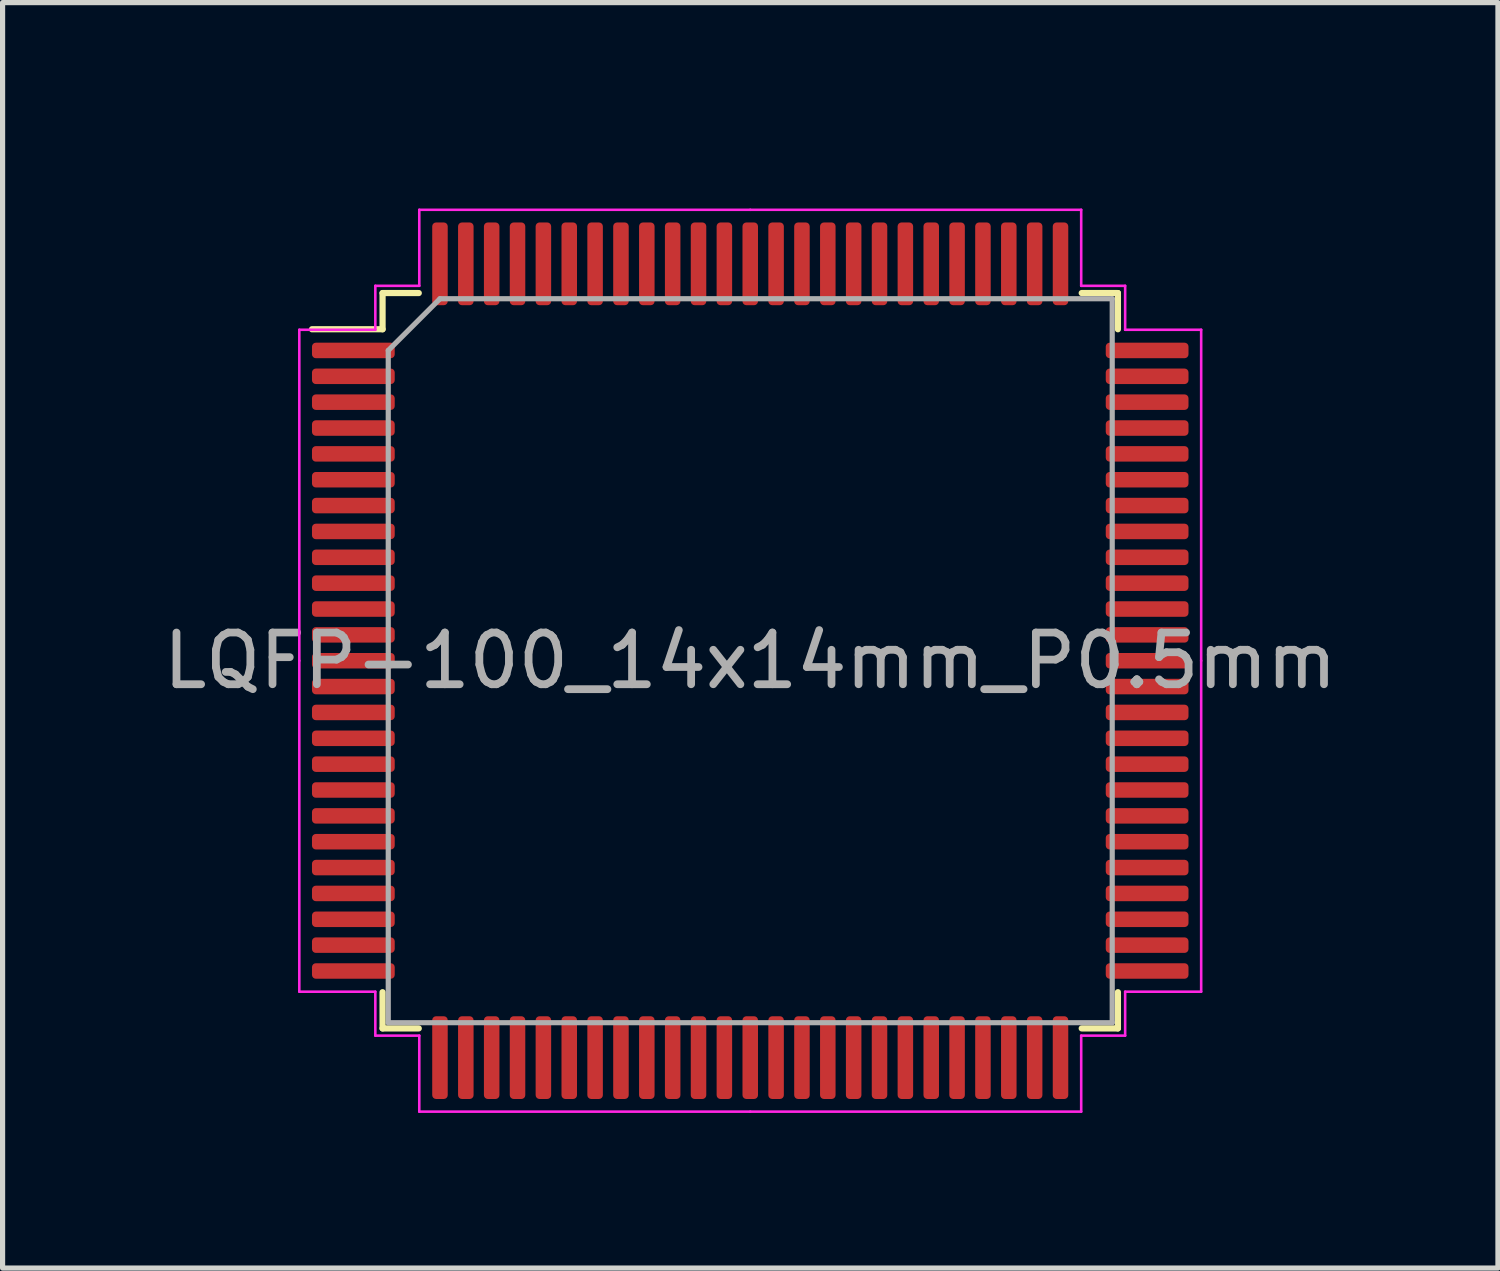
<source format=kicad_pcb>
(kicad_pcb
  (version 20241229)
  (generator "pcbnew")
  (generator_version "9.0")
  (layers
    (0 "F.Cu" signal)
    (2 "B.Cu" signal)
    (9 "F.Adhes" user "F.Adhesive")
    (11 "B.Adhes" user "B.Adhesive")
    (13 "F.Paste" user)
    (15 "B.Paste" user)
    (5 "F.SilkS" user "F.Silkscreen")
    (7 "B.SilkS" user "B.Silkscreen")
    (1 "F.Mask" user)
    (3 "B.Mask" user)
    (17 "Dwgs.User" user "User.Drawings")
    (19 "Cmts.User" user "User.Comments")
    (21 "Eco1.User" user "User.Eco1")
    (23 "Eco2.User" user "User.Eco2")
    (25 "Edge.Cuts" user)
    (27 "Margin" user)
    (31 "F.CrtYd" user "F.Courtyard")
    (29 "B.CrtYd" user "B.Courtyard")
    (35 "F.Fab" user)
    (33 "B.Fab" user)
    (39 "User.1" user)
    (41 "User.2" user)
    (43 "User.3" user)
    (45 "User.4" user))
  (footprint "LQFP-100_14x14mm_P0.5mm"
    (layer "F.Cu")
    (at 11.458 9.727)
    (property "Reference" "LQFP-100_14x14mm_P0.5mm" (at 0 -9.42 180) (layer "Eco2.User") (effects (font (size 0.3 0.3) (thickness 0.075))))
    (attr smd)
    (fp_line (start -7.11 -7.11) (end -7.11 -6.41) (stroke (width 0.12) (type solid)) (layer "F.SilkS"))
    (fp_line (start -7.11 -6.41) (end -8.475 -6.41) (stroke (width 0.12) (type solid)) (layer "F.SilkS"))
    (fp_line (start -7.11 7.11) (end -7.11 6.41) (stroke (width 0.12) (type solid)) (layer "F.SilkS"))
    (fp_line (start -6.41 -7.11) (end -7.11 -7.11) (stroke (width 0.12) (type solid)) (layer "F.SilkS"))
    (fp_line (start -6.41 7.11) (end -7.11 7.11) (stroke (width 0.12) (type solid)) (layer "F.SilkS"))
    (fp_line (start 6.41 -7.11) (end 7.11 -7.11) (stroke (width 0.12) (type solid)) (layer "F.SilkS"))
    (fp_line (start 6.41 7.11) (end 7.11 7.11) (stroke (width 0.12) (type solid)) (layer "F.SilkS"))
    (fp_line (start 7.11 -7.11) (end 7.11 -6.41) (stroke (width 0.12) (type solid)) (layer "F.SilkS"))
    (fp_line (start 7.11 7.11) (end 7.11 6.41) (stroke (width 0.12) (type solid)) (layer "F.SilkS"))
    (fp_line (start -8.72 -6.4) (end -8.72 0) (stroke (width 0.05) (type solid)) (layer "F.CrtYd"))
    (fp_line (start -8.72 6.4) (end -8.72 0) (stroke (width 0.05) (type solid)) (layer "F.CrtYd"))
    (fp_line (start -7.25 -7.25) (end -7.25 -6.4) (stroke (width 0.05) (type solid)) (layer "F.CrtYd"))
    (fp_line (start -7.25 -6.4) (end -8.72 -6.4) (stroke (width 0.05) (type solid)) (layer "F.CrtYd"))
    (fp_line (start -7.25 6.4) (end -8.72 6.4) (stroke (width 0.05) (type solid)) (layer "F.CrtYd"))
    (fp_line (start -7.25 7.25) (end -7.25 6.4) (stroke (width 0.05) (type solid)) (layer "F.CrtYd"))
    (fp_line (start -6.4 -8.72) (end -6.4 -7.25) (stroke (width 0.05) (type solid)) (layer "F.CrtYd"))
    (fp_line (start -6.4 -7.25) (end -7.25 -7.25) (stroke (width 0.05) (type solid)) (layer "F.CrtYd"))
    (fp_line (start -6.4 7.25) (end -7.25 7.25) (stroke (width 0.05) (type solid)) (layer "F.CrtYd"))
    (fp_line (start -6.4 8.72) (end -6.4 7.25) (stroke (width 0.05) (type solid)) (layer "F.CrtYd"))
    (fp_line (start 0 -8.72) (end -6.4 -8.72) (stroke (width 0.05) (type solid)) (layer "F.CrtYd"))
    (fp_line (start 0 -8.72) (end 6.4 -8.72) (stroke (width 0.05) (type solid)) (layer "F.CrtYd"))
    (fp_line (start 0 8.72) (end -6.4 8.72) (stroke (width 0.05) (type solid)) (layer "F.CrtYd"))
    (fp_line (start 0 8.72) (end 6.4 8.72) (stroke (width 0.05) (type solid)) (layer "F.CrtYd"))
    (fp_line (start 6.4 -8.72) (end 6.4 -7.25) (stroke (width 0.05) (type solid)) (layer "F.CrtYd"))
    (fp_line (start 6.4 -7.25) (end 7.25 -7.25) (stroke (width 0.05) (type solid)) (layer "F.CrtYd"))
    (fp_line (start 6.4 7.25) (end 7.25 7.25) (stroke (width 0.05) (type solid)) (layer "F.CrtYd"))
    (fp_line (start 6.4 8.72) (end 6.4 7.25) (stroke (width 0.05) (type solid)) (layer "F.CrtYd"))
    (fp_line (start 7.25 -7.25) (end 7.25 -6.4) (stroke (width 0.05) (type solid)) (layer "F.CrtYd"))
    (fp_line (start 7.25 -6.4) (end 8.72 -6.4) (stroke (width 0.05) (type solid)) (layer "F.CrtYd"))
    (fp_line (start 7.25 6.4) (end 8.72 6.4) (stroke (width 0.05) (type solid)) (layer "F.CrtYd"))
    (fp_line (start 7.25 7.25) (end 7.25 6.4) (stroke (width 0.05) (type solid)) (layer "F.CrtYd"))
    (fp_line (start 8.72 -6.4) (end 8.72 0) (stroke (width 0.05) (type solid)) (layer "F.CrtYd"))
    (fp_line (start 8.72 6.4) (end 8.72 0) (stroke (width 0.05) (type solid)) (layer "F.CrtYd"))
    (fp_line (start -7 -6) (end -6 -7) (stroke (width 0.1) (type solid)) (layer "F.Fab"))
    (fp_line (start -7 7) (end -7 -6) (stroke (width 0.1) (type solid)) (layer "F.Fab"))
    (fp_line (start -6 -7) (end 7 -7) (stroke (width 0.1) (type solid)) (layer "F.Fab"))
    (fp_line (start 7 -7) (end 7 7) (stroke (width 0.1) (type solid)) (layer "F.Fab"))
    (fp_line (start 7 7) (end -7 7) (stroke (width 0.1) (type solid)) (layer "F.Fab"))
    (fp_text user "${REFERENCE}" (at 0 0 180) (layer "F.Fab") (effects (font (size 1 1) (thickness 0.15))))
    (pad "1" smd roundrect (at -7.675 -6) (size 1.6 0.3) (layers "F.Cu" "F.Mask" "F.Paste") (roundrect_rratio 0.25))
    (pad "2" smd roundrect (at -7.675 -5.5) (size 1.6 0.3) (layers "F.Cu" "F.Mask" "F.Paste") (roundrect_rratio 0.25))
    (pad "3" smd roundrect (at -7.675 -5) (size 1.6 0.3) (layers "F.Cu" "F.Mask" "F.Paste") (roundrect_rratio 0.25))
    (pad "4" smd roundrect (at -7.675 -4.5) (size 1.6 0.3) (layers "F.Cu" "F.Mask" "F.Paste") (roundrect_rratio 0.25))
    (pad "5" smd roundrect (at -7.675 -4) (size 1.6 0.3) (layers "F.Cu" "F.Mask" "F.Paste") (roundrect_rratio 0.25))
    (pad "6" smd roundrect (at -7.675 -3.5) (size 1.6 0.3) (layers "F.Cu" "F.Mask" "F.Paste") (roundrect_rratio 0.25))
    (pad "7" smd roundrect (at -7.675 -3) (size 1.6 0.3) (layers "F.Cu" "F.Mask" "F.Paste") (roundrect_rratio 0.25))
    (pad "8" smd roundrect (at -7.675 -2.5) (size 1.6 0.3) (layers "F.Cu" "F.Mask" "F.Paste") (roundrect_rratio 0.25))
    (pad "9" smd roundrect (at -7.675 -2) (size 1.6 0.3) (layers "F.Cu" "F.Mask" "F.Paste") (roundrect_rratio 0.25))
    (pad "10" smd roundrect (at -7.675 -1.5) (size 1.6 0.3) (layers "F.Cu" "F.Mask" "F.Paste") (roundrect_rratio 0.25))
    (pad "11" smd roundrect (at -7.675 -1) (size 1.6 0.3) (layers "F.Cu" "F.Mask" "F.Paste") (roundrect_rratio 0.25))
    (pad "12" smd roundrect (at -7.675 -0.5) (size 1.6 0.3) (layers "F.Cu" "F.Mask" "F.Paste") (roundrect_rratio 0.25))
    (pad "13" smd roundrect (at -7.675 0) (size 1.6 0.3) (layers "F.Cu" "F.Mask" "F.Paste") (roundrect_rratio 0.25))
    (pad "14" smd roundrect (at -7.675 0.5) (size 1.6 0.3) (layers "F.Cu" "F.Mask" "F.Paste") (roundrect_rratio 0.25))
    (pad "15" smd roundrect (at -7.675 1) (size 1.6 0.3) (layers "F.Cu" "F.Mask" "F.Paste") (roundrect_rratio 0.25))
    (pad "16" smd roundrect (at -7.675 1.5) (size 1.6 0.3) (layers "F.Cu" "F.Mask" "F.Paste") (roundrect_rratio 0.25))
    (pad "17" smd roundrect (at -7.675 2) (size 1.6 0.3) (layers "F.Cu" "F.Mask" "F.Paste") (roundrect_rratio 0.25))
    (pad "18" smd roundrect (at -7.675 2.5) (size 1.6 0.3) (layers "F.Cu" "F.Mask" "F.Paste") (roundrect_rratio 0.25))
    (pad "19" smd roundrect (at -7.675 3) (size 1.6 0.3) (layers "F.Cu" "F.Mask" "F.Paste") (roundrect_rratio 0.25))
    (pad "20" smd roundrect (at -7.675 3.5) (size 1.6 0.3) (layers "F.Cu" "F.Mask" "F.Paste") (roundrect_rratio 0.25))
    (pad "21" smd roundrect (at -7.675 4) (size 1.6 0.3) (layers "F.Cu" "F.Mask" "F.Paste") (roundrect_rratio 0.25))
    (pad "22" smd roundrect (at -7.675 4.5) (size 1.6 0.3) (layers "F.Cu" "F.Mask" "F.Paste") (roundrect_rratio 0.25))
    (pad "23" smd roundrect (at -7.675 5) (size 1.6 0.3) (layers "F.Cu" "F.Mask" "F.Paste") (roundrect_rratio 0.25))
    (pad "24" smd roundrect (at -7.675 5.5) (size 1.6 0.3) (layers "F.Cu" "F.Mask" "F.Paste") (roundrect_rratio 0.25))
    (pad "25" smd roundrect (at -7.675 6) (size 1.6 0.3) (layers "F.Cu" "F.Mask" "F.Paste") (roundrect_rratio 0.25))
    (pad "26" smd roundrect (at -6 7.675) (size 0.3 1.6) (layers "F.Cu" "F.Mask" "F.Paste") (roundrect_rratio 0.25))
    (pad "27" smd roundrect (at -5.5 7.675) (size 0.3 1.6) (layers "F.Cu" "F.Mask" "F.Paste") (roundrect_rratio 0.25))
    (pad "28" smd roundrect (at -5 7.675) (size 0.3 1.6) (layers "F.Cu" "F.Mask" "F.Paste") (roundrect_rratio 0.25))
    (pad "29" smd roundrect (at -4.5 7.675) (size 0.3 1.6) (layers "F.Cu" "F.Mask" "F.Paste") (roundrect_rratio 0.25))
    (pad "30" smd roundrect (at -4 7.675) (size 0.3 1.6) (layers "F.Cu" "F.Mask" "F.Paste") (roundrect_rratio 0.25))
    (pad "31" smd roundrect (at -3.5 7.675) (size 0.3 1.6) (layers "F.Cu" "F.Mask" "F.Paste") (roundrect_rratio 0.25))
    (pad "32" smd roundrect (at -3 7.675) (size 0.3 1.6) (layers "F.Cu" "F.Mask" "F.Paste") (roundrect_rratio 0.25))
    (pad "33" smd roundrect (at -2.5 7.675) (size 0.3 1.6) (layers "F.Cu" "F.Mask" "F.Paste") (roundrect_rratio 0.25))
    (pad "34" smd roundrect (at -2 7.675) (size 0.3 1.6) (layers "F.Cu" "F.Mask" "F.Paste") (roundrect_rratio 0.25))
    (pad "35" smd roundrect (at -1.5 7.675) (size 0.3 1.6) (layers "F.Cu" "F.Mask" "F.Paste") (roundrect_rratio 0.25))
    (pad "36" smd roundrect (at -1 7.675) (size 0.3 1.6) (layers "F.Cu" "F.Mask" "F.Paste") (roundrect_rratio 0.25))
    (pad "37" smd roundrect (at -0.5 7.675) (size 0.3 1.6) (layers "F.Cu" "F.Mask" "F.Paste") (roundrect_rratio 0.25))
    (pad "38" smd roundrect (at 0 7.675) (size 0.3 1.6) (layers "F.Cu" "F.Mask" "F.Paste") (roundrect_rratio 0.25))
    (pad "39" smd roundrect (at 0.5 7.675) (size 0.3 1.6) (layers "F.Cu" "F.Mask" "F.Paste") (roundrect_rratio 0.25))
    (pad "40" smd roundrect (at 1 7.675) (size 0.3 1.6) (layers "F.Cu" "F.Mask" "F.Paste") (roundrect_rratio 0.25))
    (pad "41" smd roundrect (at 1.5 7.675) (size 0.3 1.6) (layers "F.Cu" "F.Mask" "F.Paste") (roundrect_rratio 0.25))
    (pad "42" smd roundrect (at 2 7.675) (size 0.3 1.6) (layers "F.Cu" "F.Mask" "F.Paste") (roundrect_rratio 0.25))
    (pad "43" smd roundrect (at 2.5 7.675) (size 0.3 1.6) (layers "F.Cu" "F.Mask" "F.Paste") (roundrect_rratio 0.25))
    (pad "44" smd roundrect (at 3 7.675) (size 0.3 1.6) (layers "F.Cu" "F.Mask" "F.Paste") (roundrect_rratio 0.25))
    (pad "45" smd roundrect (at 3.5 7.675) (size 0.3 1.6) (layers "F.Cu" "F.Mask" "F.Paste") (roundrect_rratio 0.25))
    (pad "46" smd roundrect (at 4 7.675) (size 0.3 1.6) (layers "F.Cu" "F.Mask" "F.Paste") (roundrect_rratio 0.25))
    (pad "47" smd roundrect (at 4.5 7.675) (size 0.3 1.6) (layers "F.Cu" "F.Mask" "F.Paste") (roundrect_rratio 0.25))
    (pad "48" smd roundrect (at 5 7.675) (size 0.3 1.6) (layers "F.Cu" "F.Mask" "F.Paste") (roundrect_rratio 0.25))
    (pad "49" smd roundrect (at 5.5 7.675) (size 0.3 1.6) (layers "F.Cu" "F.Mask" "F.Paste") (roundrect_rratio 0.25))
    (pad "50" smd roundrect (at 6 7.675) (size 0.3 1.6) (layers "F.Cu" "F.Mask" "F.Paste") (roundrect_rratio 0.25))
    (pad "51" smd roundrect (at 7.675 6) (size 1.6 0.3) (layers "F.Cu" "F.Mask" "F.Paste") (roundrect_rratio 0.25))
    (pad "52" smd roundrect (at 7.675 5.5) (size 1.6 0.3) (layers "F.Cu" "F.Mask" "F.Paste") (roundrect_rratio 0.25))
    (pad "53" smd roundrect (at 7.675 5) (size 1.6 0.3) (layers "F.Cu" "F.Mask" "F.Paste") (roundrect_rratio 0.25))
    (pad "54" smd roundrect (at 7.675 4.5) (size 1.6 0.3) (layers "F.Cu" "F.Mask" "F.Paste") (roundrect_rratio 0.25))
    (pad "55" smd roundrect (at 7.675 4) (size 1.6 0.3) (layers "F.Cu" "F.Mask" "F.Paste") (roundrect_rratio 0.25))
    (pad "56" smd roundrect (at 7.675 3.5) (size 1.6 0.3) (layers "F.Cu" "F.Mask" "F.Paste") (roundrect_rratio 0.25))
    (pad "57" smd roundrect (at 7.675 3) (size 1.6 0.3) (layers "F.Cu" "F.Mask" "F.Paste") (roundrect_rratio 0.25))
    (pad "58" smd roundrect (at 7.675 2.5) (size 1.6 0.3) (layers "F.Cu" "F.Mask" "F.Paste") (roundrect_rratio 0.25))
    (pad "59" smd roundrect (at 7.675 2) (size 1.6 0.3) (layers "F.Cu" "F.Mask" "F.Paste") (roundrect_rratio 0.25))
    (pad "60" smd roundrect (at 7.675 1.5) (size 1.6 0.3) (layers "F.Cu" "F.Mask" "F.Paste") (roundrect_rratio 0.25))
    (pad "61" smd roundrect (at 7.675 1) (size 1.6 0.3) (layers "F.Cu" "F.Mask" "F.Paste") (roundrect_rratio 0.25))
    (pad "62" smd roundrect (at 7.675 0.5) (size 1.6 0.3) (layers "F.Cu" "F.Mask" "F.Paste") (roundrect_rratio 0.25))
    (pad "63" smd roundrect (at 7.675 0) (size 1.6 0.3) (layers "F.Cu" "F.Mask" "F.Paste") (roundrect_rratio 0.25))
    (pad "64" smd roundrect (at 7.675 -0.5) (size 1.6 0.3) (layers "F.Cu" "F.Mask" "F.Paste") (roundrect_rratio 0.25))
    (pad "65" smd roundrect (at 7.675 -1) (size 1.6 0.3) (layers "F.Cu" "F.Mask" "F.Paste") (roundrect_rratio 0.25))
    (pad "66" smd roundrect (at 7.675 -1.5) (size 1.6 0.3) (layers "F.Cu" "F.Mask" "F.Paste") (roundrect_rratio 0.25))
    (pad "67" smd roundrect (at 7.675 -2) (size 1.6 0.3) (layers "F.Cu" "F.Mask" "F.Paste") (roundrect_rratio 0.25))
    (pad "68" smd roundrect (at 7.675 -2.5) (size 1.6 0.3) (layers "F.Cu" "F.Mask" "F.Paste") (roundrect_rratio 0.25))
    (pad "69" smd roundrect (at 7.675 -3) (size 1.6 0.3) (layers "F.Cu" "F.Mask" "F.Paste") (roundrect_rratio 0.25))
    (pad "70" smd roundrect (at 7.675 -3.5) (size 1.6 0.3) (layers "F.Cu" "F.Mask" "F.Paste") (roundrect_rratio 0.25))
    (pad "71" smd roundrect (at 7.675 -4) (size 1.6 0.3) (layers "F.Cu" "F.Mask" "F.Paste") (roundrect_rratio 0.25))
    (pad "72" smd roundrect (at 7.675 -4.5) (size 1.6 0.3) (layers "F.Cu" "F.Mask" "F.Paste") (roundrect_rratio 0.25))
    (pad "73" smd roundrect (at 7.675 -5) (size 1.6 0.3) (layers "F.Cu" "F.Mask" "F.Paste") (roundrect_rratio 0.25))
    (pad "74" smd roundrect (at 7.675 -5.5) (size 1.6 0.3) (layers "F.Cu" "F.Mask" "F.Paste") (roundrect_rratio 0.25))
    (pad "75" smd roundrect (at 7.675 -6) (size 1.6 0.3) (layers "F.Cu" "F.Mask" "F.Paste") (roundrect_rratio 0.25))
    (pad "76" smd roundrect (at 6 -7.675) (size 0.3 1.6) (layers "F.Cu" "F.Mask" "F.Paste") (roundrect_rratio 0.25))
    (pad "77" smd roundrect (at 5.5 -7.675) (size 0.3 1.6) (layers "F.Cu" "F.Mask" "F.Paste") (roundrect_rratio 0.25))
    (pad "78" smd roundrect (at 5 -7.675) (size 0.3 1.6) (layers "F.Cu" "F.Mask" "F.Paste") (roundrect_rratio 0.25))
    (pad "79" smd roundrect (at 4.5 -7.675) (size 0.3 1.6) (layers "F.Cu" "F.Mask" "F.Paste") (roundrect_rratio 0.25))
    (pad "80" smd roundrect (at 4 -7.675) (size 0.3 1.6) (layers "F.Cu" "F.Mask" "F.Paste") (roundrect_rratio 0.25))
    (pad "81" smd roundrect (at 3.5 -7.675) (size 0.3 1.6) (layers "F.Cu" "F.Mask" "F.Paste") (roundrect_rratio 0.25))
    (pad "82" smd roundrect (at 3 -7.675) (size 0.3 1.6) (layers "F.Cu" "F.Mask" "F.Paste") (roundrect_rratio 0.25))
    (pad "83" smd roundrect (at 2.5 -7.675) (size 0.3 1.6) (layers "F.Cu" "F.Mask" "F.Paste") (roundrect_rratio 0.25))
    (pad "84" smd roundrect (at 2 -7.675) (size 0.3 1.6) (layers "F.Cu" "F.Mask" "F.Paste") (roundrect_rratio 0.25))
    (pad "85" smd roundrect (at 1.5 -7.675) (size 0.3 1.6) (layers "F.Cu" "F.Mask" "F.Paste") (roundrect_rratio 0.25))
    (pad "86" smd roundrect (at 1 -7.675) (size 0.3 1.6) (layers "F.Cu" "F.Mask" "F.Paste") (roundrect_rratio 0.25))
    (pad "87" smd roundrect (at 0.5 -7.675) (size 0.3 1.6) (layers "F.Cu" "F.Mask" "F.Paste") (roundrect_rratio 0.25))
    (pad "88" smd roundrect (at 0 -7.675) (size 0.3 1.6) (layers "F.Cu" "F.Mask" "F.Paste") (roundrect_rratio 0.25))
    (pad "89" smd roundrect (at -0.5 -7.675) (size 0.3 1.6) (layers "F.Cu" "F.Mask" "F.Paste") (roundrect_rratio 0.25))
    (pad "90" smd roundrect (at -1 -7.675) (size 0.3 1.6) (layers "F.Cu" "F.Mask" "F.Paste") (roundrect_rratio 0.25))
    (pad "91" smd roundrect (at -1.5 -7.675) (size 0.3 1.6) (layers "F.Cu" "F.Mask" "F.Paste") (roundrect_rratio 0.25))
    (pad "92" smd roundrect (at -2 -7.675) (size 0.3 1.6) (layers "F.Cu" "F.Mask" "F.Paste") (roundrect_rratio 0.25))
    (pad "93" smd roundrect (at -2.5 -7.675) (size 0.3 1.6) (layers "F.Cu" "F.Mask" "F.Paste") (roundrect_rratio 0.25))
    (pad "94" smd roundrect (at -3 -7.675) (size 0.3 1.6) (layers "F.Cu" "F.Mask" "F.Paste") (roundrect_rratio 0.25))
    (pad "95" smd roundrect (at -3.5 -7.675) (size 0.3 1.6) (layers "F.Cu" "F.Mask" "F.Paste") (roundrect_rratio 0.25))
    (pad "96" smd roundrect (at -4 -7.675) (size 0.3 1.6) (layers "F.Cu" "F.Mask" "F.Paste") (roundrect_rratio 0.25))
    (pad "97" smd roundrect (at -4.5 -7.675) (size 0.3 1.6) (layers "F.Cu" "F.Mask" "F.Paste") (roundrect_rratio 0.25))
    (pad "98" smd roundrect (at -5 -7.675) (size 0.3 1.6) (layers "F.Cu" "F.Mask" "F.Paste") (roundrect_rratio 0.25))
    (pad "99" smd roundrect (at -5.5 -7.675) (size 0.3 1.6) (layers "F.Cu" "F.Mask" "F.Paste") (roundrect_rratio 0.25))
    (pad "100" smd roundrect (at -6 -7.675) (size 0.3 1.6) (layers "F.Cu" "F.Mask" "F.Paste") (roundrect_rratio 0.25)))
  (gr_rect
    (start -3 -3)
    (end 25.917 21.472)
    (stroke (width 0.1) (type default))
    (fill no)
    (layer "Edge.Cuts")))
</source>
